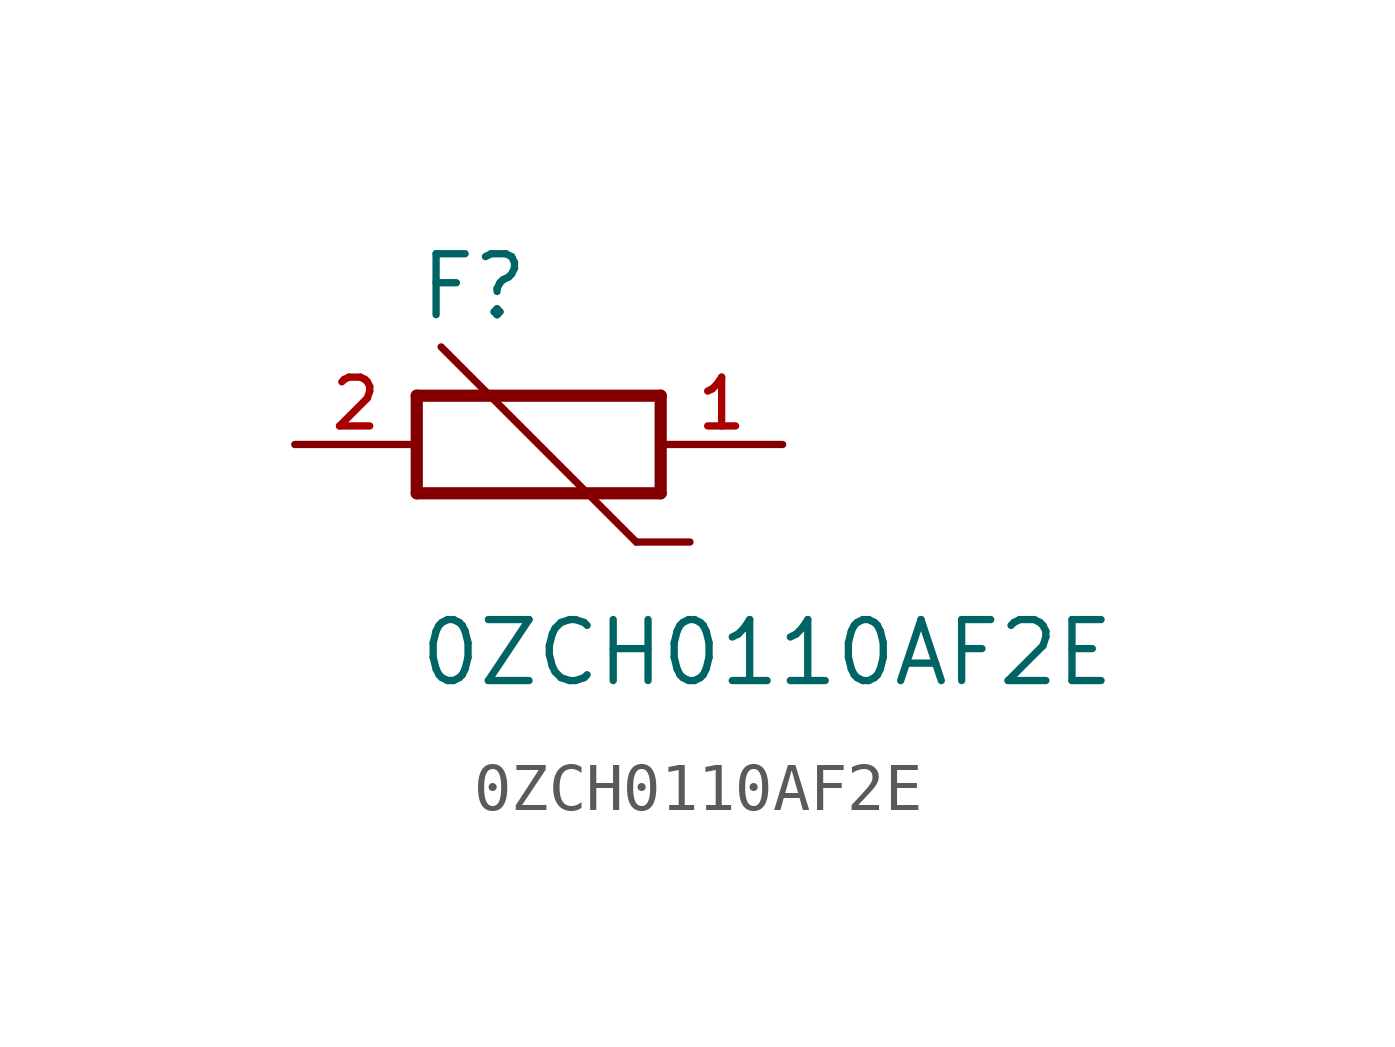
<source format=kicad_sym>
(kicad_symbol_lib
  (version 20211014)
  (generator kicad_symbol_editor)
  (symbol "0ZCH0110AF2E"
    (pin_names
      (offset 1.016))
    (property "Reference" "F"
      (at -2.54 2.54 0)
      (effects (font (size 1.27 1.27)) (justify bottom left)))
    (property "Value" "0ZCH0110AF2E"
      (at -2.54 -5.08 0)
      (effects (font (size 1.27 1.27)) (justify bottom left)))
    (symbol "0ZCH0110AF2E_0_0"
      (polyline (pts (xy 2.54 1.016) (xy 2.54 -1.016)) (stroke (width 0.254)))
      (polyline (pts (xy 2.54 -1.016) (xy -2.54 -1.016)) (stroke (width 0.254)))
      (polyline (pts (xy -2.54 -1.016) (xy -2.54 1.016)) (stroke (width 0.254)))
      (polyline (pts (xy -2.54 1.016) (xy 2.54 1.016)) (stroke (width 0.254)))
      (polyline (pts (xy 3.15 -2.032) (xy 2.032 -2.032)) (stroke (width 0.152)))
      (polyline (pts (xy 2.032 -2.032) (xy -2.032 2.032)) (stroke (width 0.152)))
      (pin passive line (at 5.08 0.0 180.0) (length 2.54) (name "~" (effects (font (size 1.016 1.016)))) (number "1" (effects (font (size 1.016 1.016)))))
      (pin passive line (at -5.08 0.0 0) (length 2.54) (name "~" (effects (font (size 1.016 1.016)))) (number "2" (effects (font (size 1.016 1.016))))))))
</source>
